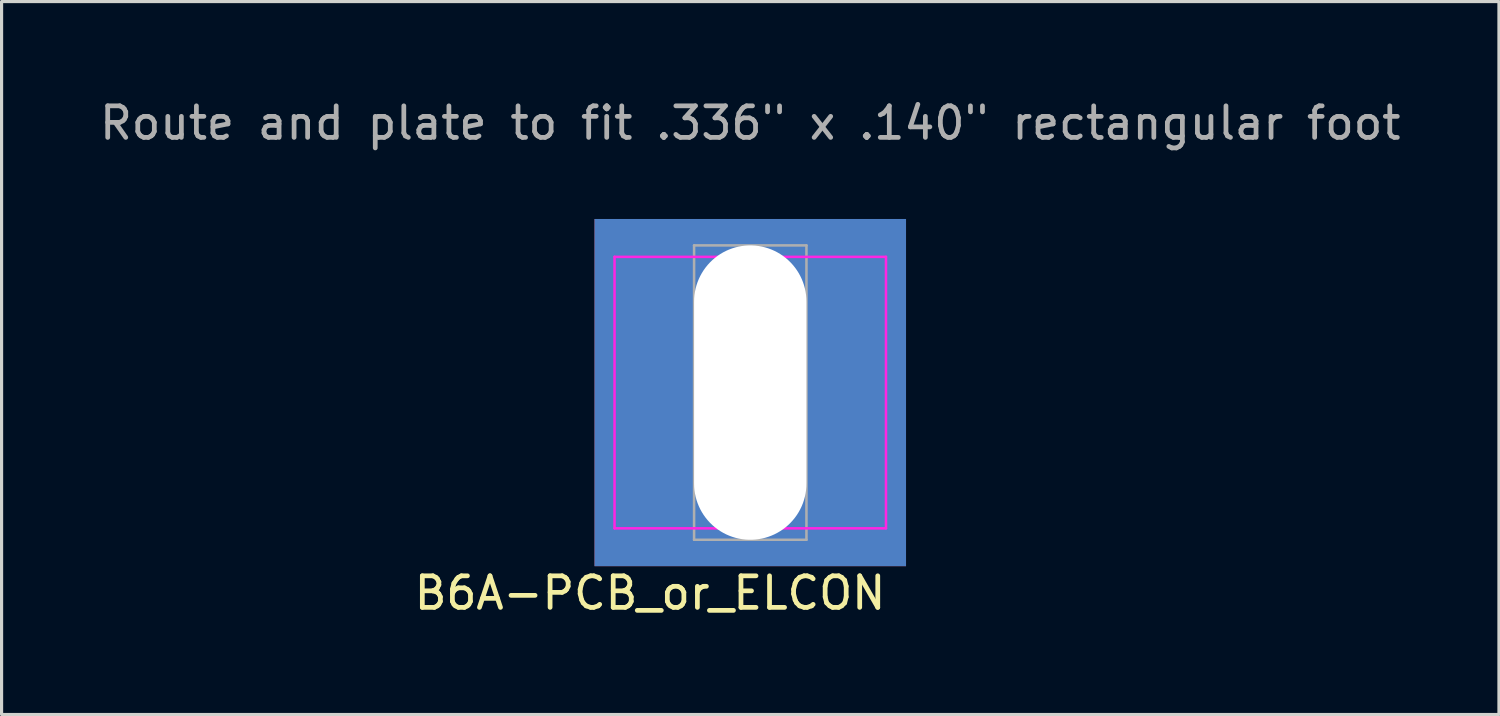
<source format=kicad_pcb>
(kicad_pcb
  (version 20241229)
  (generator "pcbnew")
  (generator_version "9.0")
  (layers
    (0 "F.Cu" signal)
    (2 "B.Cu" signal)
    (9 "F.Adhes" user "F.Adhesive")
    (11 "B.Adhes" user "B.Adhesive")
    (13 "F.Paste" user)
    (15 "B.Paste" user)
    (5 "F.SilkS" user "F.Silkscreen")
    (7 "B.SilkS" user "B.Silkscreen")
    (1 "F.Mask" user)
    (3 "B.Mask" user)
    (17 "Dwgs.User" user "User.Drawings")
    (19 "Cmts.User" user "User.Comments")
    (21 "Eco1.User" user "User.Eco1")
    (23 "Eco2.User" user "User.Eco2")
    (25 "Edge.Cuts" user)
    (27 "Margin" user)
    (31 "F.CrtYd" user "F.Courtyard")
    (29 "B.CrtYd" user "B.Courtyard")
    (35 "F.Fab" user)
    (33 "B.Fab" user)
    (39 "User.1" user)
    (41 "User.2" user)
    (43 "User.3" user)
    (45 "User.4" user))
  (footprint "B6A-PCB_or_ELCON"
    (layer "F.Cu")
    (at 20.72 9.388)
    (property "Reference" "B6A-PCB_or_ELCON" (at -3.175 6.35 0) (layer "F.SilkS") (effects (font (size 1 1) (thickness 0.15))))
    (attr through_hole)
    (fp_line (start -4.3 -4.3) (end 4.3 -4.3) (stroke (width 0.08) (type solid)) (layer "F.CrtYd"))
    (fp_line (start -4.3 4.3) (end -4.3 -4.3) (stroke (width 0.08) (type solid)) (layer "F.CrtYd"))
    (fp_line (start 4.3 -4.3) (end 4.3 4.3) (stroke (width 0.08) (type solid)) (layer "F.CrtYd"))
    (fp_line (start 4.3 4.3) (end -4.3 4.3) (stroke (width 0.08) (type solid)) (layer "F.CrtYd"))
    (fp_line (start -1.78 -4.663) (end 1.78 -4.663) (stroke (width 0.08) (type solid)) (layer "F.Fab"))
    (fp_line (start -1.78 4.663) (end -1.78 -4.663) (stroke (width 0.08) (type solid)) (layer "F.Fab"))
    (fp_line (start 1.78 -4.663) (end 1.78 4.663) (stroke (width 0.08) (type solid)) (layer "F.Fab"))
    (fp_line (start 1.78 4.663) (end -1.78 4.663) (stroke (width 0.08) (type solid)) (layer "F.Fab"))
    (fp_text user "Route and plate to fit .336\" x .140\" rectangular foot" (at 0 -8.54 0) (layer "F.Fab") (effects (font (size 1 1) (thickness 0.15))))
    (pad "1" thru_hole rect (at 0 0) (size 9.87 11) (drill oval 3.56 9.327) (layers "*.Cu" "*.Mask")))
  (gr_rect
    (start -3 -3)
    (end 44.44 19.587)
    (stroke (width 0.1) (type default))
    (fill no)
    (layer "Edge.Cuts")))
</source>
